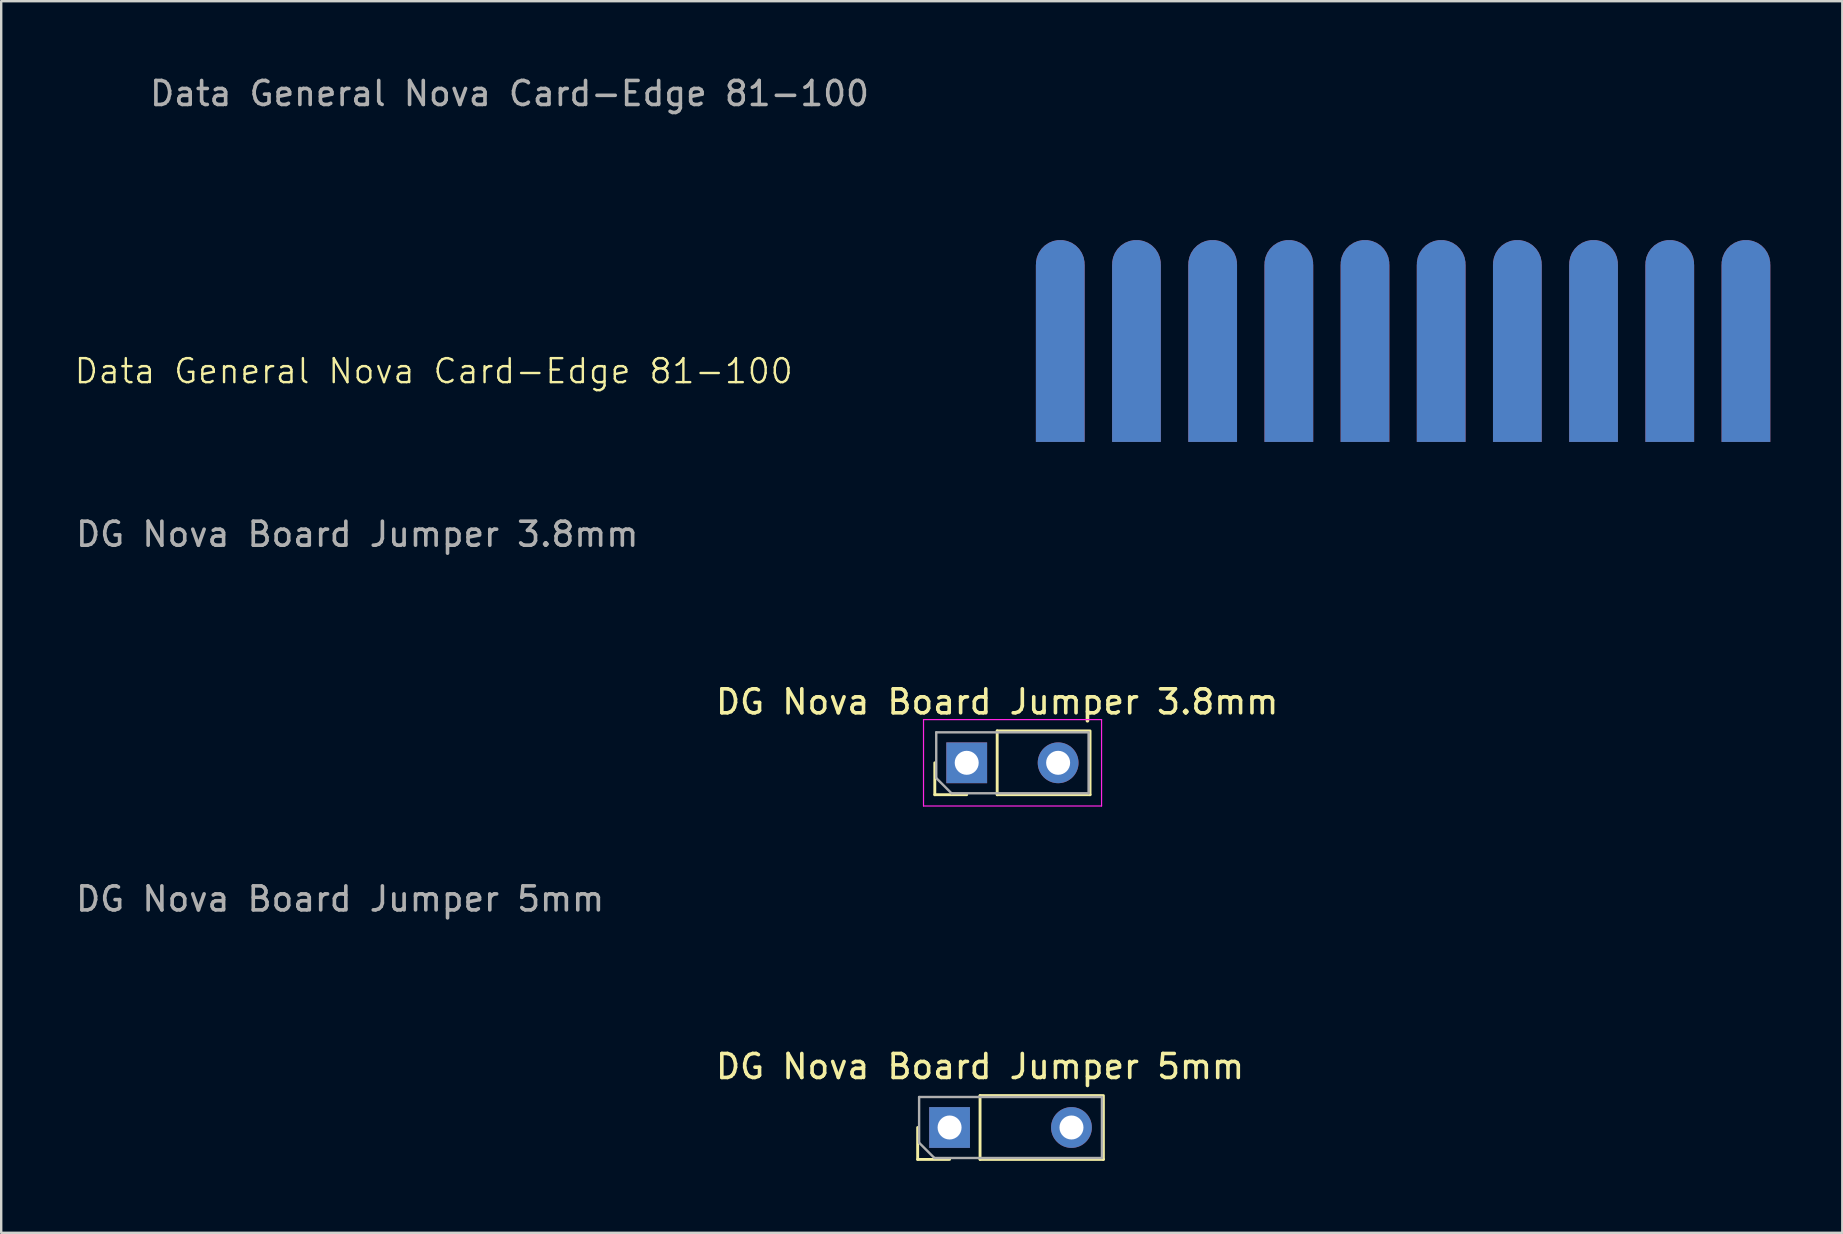
<source format=kicad_pcb>
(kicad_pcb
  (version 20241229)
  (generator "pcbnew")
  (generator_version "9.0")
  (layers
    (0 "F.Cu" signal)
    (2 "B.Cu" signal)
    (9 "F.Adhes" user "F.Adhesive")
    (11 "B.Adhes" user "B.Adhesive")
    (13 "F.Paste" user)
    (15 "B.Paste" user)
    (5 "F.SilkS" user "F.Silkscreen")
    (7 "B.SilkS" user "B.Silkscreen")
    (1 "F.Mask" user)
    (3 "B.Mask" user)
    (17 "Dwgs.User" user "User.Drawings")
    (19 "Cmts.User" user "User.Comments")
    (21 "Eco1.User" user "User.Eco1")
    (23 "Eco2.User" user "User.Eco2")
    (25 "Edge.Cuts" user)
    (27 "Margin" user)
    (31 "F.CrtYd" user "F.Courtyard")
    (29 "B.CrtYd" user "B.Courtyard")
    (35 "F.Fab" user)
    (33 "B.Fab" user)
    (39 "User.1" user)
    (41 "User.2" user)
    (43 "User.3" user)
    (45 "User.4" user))
  (footprint "DG Nova Board Jumper 5mm"
    (layer "F.Cu")
    (at 37.795 43.94)
    (property "Reference" "DG Nova Board Jumper 5mm" (at 0 -2.54 180) (layer "F.SilkS") (effects (font (size 1 1) (thickness 0.15))))
    (attr through_hole)
    (fp_line (start -2.6 1.33) (end -2.6 0) (stroke (width 0.12) (type solid)) (layer "F.SilkS"))
    (fp_line (start -1.27 1.33) (end -2.6 1.33) (stroke (width 0.12) (type solid)) (layer "F.SilkS"))
    (fp_line (start 0 -1.33) (end 5.08 -1.33) (stroke (width 0.12) (type solid)) (layer "F.SilkS"))
    (fp_line (start 0 1.33) (end 0 -1.33) (stroke (width 0.12) (type solid)) (layer "F.SilkS"))
    (fp_line (start 0 1.33) (end 5.14 1.33) (stroke (width 0.12) (type solid)) (layer "F.SilkS"))
    (fp_line (start 5.14 1.33) (end 5.14 -1.33) (stroke (width 0.12) (type solid)) (layer "F.SilkS"))
    (fp_line (start -2.54 -1.27) (end 5.08 -1.27) (stroke (width 0.1) (type solid)) (layer "F.Fab"))
    (fp_line (start -2.54 0.635) (end -2.54 -1.27) (stroke (width 0.1) (type solid)) (layer "F.Fab"))
    (fp_line (start -1.905 1.27) (end -2.54 0.635) (stroke (width 0.1) (type solid)) (layer "F.Fab"))
    (fp_line (start 5.08 -1.27) (end 5.08 1.27) (stroke (width 0.1) (type solid)) (layer "F.Fab"))
    (fp_line (start 5.08 1.27) (end -1.905 1.27) (stroke (width 0.1) (type solid)) (layer "F.Fab"))
    (fp_text user "${REFERENCE}" (at -26.67 -9.525 180) (layer "F.Fab") (effects (font (size 1 1) (thickness 0.15))))
    (pad "1" thru_hole rect (at -1.27 0 90) (size 1.7 1.7) (drill 1) (layers "*.Cu" "*.Mask"))
    (pad "2" thru_hole oval (at 3.81 0 90) (size 1.7 1.7) (drill 1) (layers "*.Cu" "*.Mask")))
  (footprint "Data General Nova Card-Edge 81-100"
    (layer "F.Cu")
    (at 39.551 8.253)
    (property "Reference" "Data General Nova Card-Edge 81-100" (at -24.525 4.165 0) (unlocked yes) (layer "F.SilkS") (effects (font (size 1 1) (thickness 0.1))))
    (attr smd)
    (fp_text user "${REFERENCE}" (at -21.365 -7.405 0) (unlocked yes) (layer "F.Fab") (effects (font (size 1 1) (thickness 0.15))))
    (pad "81" connect custom (at 1.587 3.415) (size 2.032 7.4) (layers "F.Cu" "F.Mask") (options (anchor rect)) (primitives (gr_circle (center 0 -3.7) (end 1.016 -3.7) (width 0) (fill yes))))
    (pad "82" connect custom (at 1.587 3.415) (size 2.032 7.4) (layers "B.Cu" "B.Mask") (options (anchor rect)) (primitives (gr_circle (center 0 -3.7) (end 1.016 -3.7) (width 0) (fill yes))))
    (pad "83" connect custom (at 4.763 3.415) (size 2.032 7.4) (layers "F.Cu" "F.Mask") (options (anchor rect)) (primitives (gr_circle (center 0 -3.7) (end 1.016 -3.7) (width 0) (fill yes))))
    (pad "84" connect custom (at 4.763 3.415) (size 2.032 7.4) (layers "B.Cu" "B.Mask") (options (anchor rect)) (primitives (gr_circle (center 0 -3.7) (end 1.016 -3.7) (width 0) (fill yes))))
    (pad "85" connect custom (at 7.938 3.415) (size 2.032 7.4) (layers "F.Cu" "F.Mask") (options (anchor rect)) (primitives (gr_circle (center 0 -3.7) (end 1.016 -3.7) (width 0) (fill yes))))
    (pad "86" connect custom (at 7.938 3.415) (size 2.032 7.4) (layers "B.Cu" "B.Mask") (options (anchor rect)) (primitives (gr_circle (center 0 -3.7) (end 1.016 -3.7) (width 0) (fill yes))))
    (pad "87" connect custom (at 11.113 3.415) (size 2.032 7.4) (layers "F.Cu" "F.Mask") (options (anchor rect)) (primitives (gr_circle (center 0 -3.7) (end 1.016 -3.7) (width 0) (fill yes))))
    (pad "88" connect custom (at 11.113 3.415) (size 2.032 7.4) (layers "B.Cu" "B.Mask") (options (anchor rect)) (primitives (gr_circle (center 0 -3.7) (end 1.016 -3.7) (width 0) (fill yes))))
    (pad "89" connect custom (at 14.287 3.415) (size 2.032 7.4) (layers "F.Cu" "F.Mask") (options (anchor rect)) (primitives (gr_circle (center 0 -3.7) (end 1.016 -3.7) (width 0) (fill yes))))
    (pad "90" connect custom (at 14.287 3.415) (size 2.032 7.4) (layers "B.Cu" "B.Mask") (options (anchor rect)) (primitives (gr_circle (center 0 -3.7) (end 1.016 -3.7) (width 0) (fill yes))))
    (pad "91" connect custom (at 17.462 3.415) (size 2.032 7.4) (layers "F.Cu" "F.Mask") (options (anchor rect)) (primitives (gr_circle (center 0 -3.7) (end 1.016 -3.7) (width 0) (fill yes))))
    (pad "92" connect custom (at 17.462 3.415) (size 2.032 7.4) (layers "B.Cu" "B.Mask") (options (anchor rect)) (primitives (gr_circle (center 0 -3.7) (end 1.016 -3.7) (width 0) (fill yes))))
    (pad "93" connect custom (at 20.637 3.415) (size 2.032 7.4) (layers "F.Cu" "F.Mask") (options (anchor rect)) (primitives (gr_circle (center 0 -3.7) (end 1.016 -3.7) (width 0) (fill yes))))
    (pad "94" connect custom (at 20.637 3.415) (size 2.032 7.4) (layers "B.Cu" "B.Mask") (options (anchor rect)) (primitives (gr_circle (center 0 -3.7) (end 1.016 -3.7) (width 0) (fill yes))))
    (pad "95" connect custom (at 23.812 3.415) (size 2.032 7.4) (layers "F.Cu" "F.Mask") (options (anchor rect)) (primitives (gr_circle (center 0 -3.7) (end 1.016 -3.7) (width 0) (fill yes))))
    (pad "96" connect custom (at 23.812 3.415) (size 2.032 7.4) (layers "B.Cu" "B.Mask") (options (anchor rect)) (primitives (gr_circle (center 0 -3.7) (end 1.016 -3.7) (width 0) (fill yes))))
    (pad "97" connect custom (at 26.988 3.415) (size 2.032 7.4) (layers "F.Cu" "F.Mask") (options (anchor rect)) (primitives (gr_circle (center 0 -3.7) (end 1.016 -3.7) (width 0) (fill yes))))
    (pad "98" connect custom (at 26.988 3.415) (size 2.032 7.4) (layers "B.Cu" "B.Mask") (options (anchor rect)) (primitives (gr_circle (center 0 -3.7) (end 1.016 -3.7) (width 0) (fill yes))))
    (pad "99" connect custom (at 30.163 3.415) (size 2.032 7.4) (layers "F.Cu" "F.Mask") (options (anchor rect)) (primitives (gr_circle (center 0 -3.7) (end 1.016 -3.7) (width 0) (fill yes))))
    (pad "100" connect custom (at 30.163 3.415) (size 2.032 7.4) (layers "B.Cu" "B.Mask") (options (anchor rect)) (primitives (gr_circle (center 0 -3.7) (end 1.016 -3.7) (width 0) (fill yes)))))
  (footprint "DG Nova Board Jumper 3.8mm"
    (layer "F.Cu")
    (at 38.509 28.741)
    (property "Reference" "DG Nova Board Jumper 3.8mm" (at 0 -2.54 180) (layer "F.SilkS") (effects (font (size 1 1) (thickness 0.15))))
    (attr through_hole)
    (fp_line (start -2.6 1.33) (end -2.6 0) (stroke (width 0.12) (type solid)) (layer "F.SilkS"))
    (fp_line (start -1.27 1.33) (end -2.6 1.33) (stroke (width 0.12) (type solid)) (layer "F.SilkS"))
    (fp_line (start 0 -1.33) (end 3.81 -1.33) (stroke (width 0.12) (type solid)) (layer "F.SilkS"))
    (fp_line (start 0 1.33) (end 0 -1.33) (stroke (width 0.12) (type solid)) (layer "F.SilkS"))
    (fp_line (start 0 1.33) (end 3.87 1.33) (stroke (width 0.12) (type solid)) (layer "F.SilkS"))
    (fp_line (start 3.87 1.33) (end 3.87 -1.33) (stroke (width 0.12) (type solid)) (layer "F.SilkS"))
    (fp_line (start -3.07 -1.8) (end -3.07 1.8) (stroke (width 0.05) (type solid)) (layer "F.CrtYd"))
    (fp_line (start -3.07 1.8) (end 4.35 1.8) (stroke (width 0.05) (type solid)) (layer "F.CrtYd"))
    (fp_line (start 4.35 -1.8) (end -3.07 -1.8) (stroke (width 0.05) (type solid)) (layer "F.CrtYd"))
    (fp_line (start 4.35 1.8) (end 4.35 -1.8) (stroke (width 0.05) (type solid)) (layer "F.CrtYd"))
    (fp_line (start -2.54 -1.27) (end 3.81 -1.27) (stroke (width 0.1) (type solid)) (layer "F.Fab"))
    (fp_line (start -2.54 0.635) (end -2.54 -1.27) (stroke (width 0.1) (type solid)) (layer "F.Fab"))
    (fp_line (start -1.905 1.27) (end -2.54 0.635) (stroke (width 0.1) (type solid)) (layer "F.Fab"))
    (fp_line (start 3.81 -1.27) (end 3.81 1.27) (stroke (width 0.1) (type solid)) (layer "F.Fab"))
    (fp_line (start 3.81 1.27) (end -1.905 1.27) (stroke (width 0.1) (type solid)) (layer "F.Fab"))
    (fp_text user "${REFERENCE}" (at -26.67 -9.525 180) (layer "F.Fab") (effects (font (size 1 1) (thickness 0.15))))
    (pad "1" thru_hole rect (at -1.27 0 90) (size 1.7 1.7) (drill 1) (layers "*.Cu" "*.Mask"))
    (pad "2" thru_hole oval (at 2.54 0 90) (size 1.7 1.7) (drill 1) (layers "*.Cu" "*.Mask")))
  (gr_rect
    (start -3 -3)
    (end 73.73 48.33)
    (stroke (width 0.1) (type default))
    (fill no)
    (layer "Edge.Cuts")))
</source>
